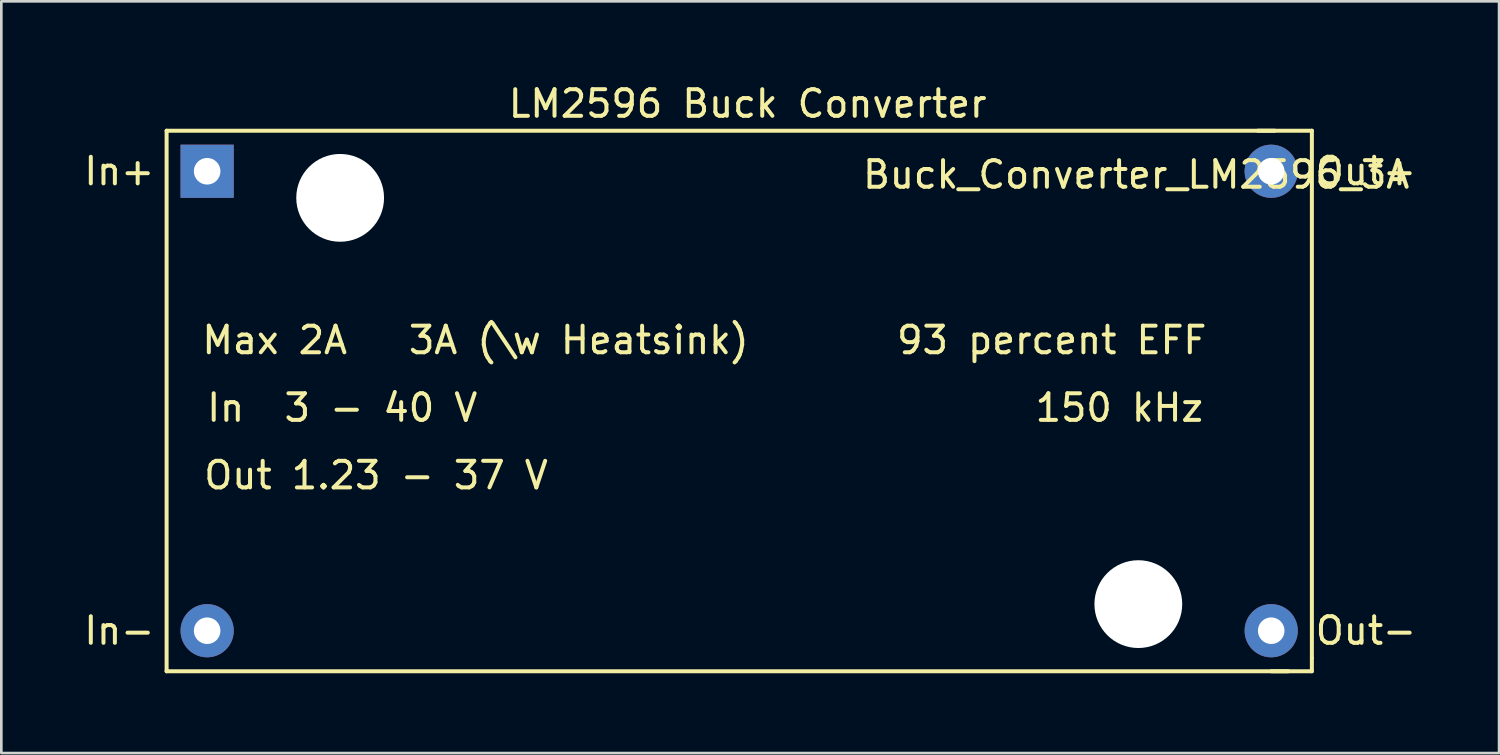
<source format=kicad_pcb>
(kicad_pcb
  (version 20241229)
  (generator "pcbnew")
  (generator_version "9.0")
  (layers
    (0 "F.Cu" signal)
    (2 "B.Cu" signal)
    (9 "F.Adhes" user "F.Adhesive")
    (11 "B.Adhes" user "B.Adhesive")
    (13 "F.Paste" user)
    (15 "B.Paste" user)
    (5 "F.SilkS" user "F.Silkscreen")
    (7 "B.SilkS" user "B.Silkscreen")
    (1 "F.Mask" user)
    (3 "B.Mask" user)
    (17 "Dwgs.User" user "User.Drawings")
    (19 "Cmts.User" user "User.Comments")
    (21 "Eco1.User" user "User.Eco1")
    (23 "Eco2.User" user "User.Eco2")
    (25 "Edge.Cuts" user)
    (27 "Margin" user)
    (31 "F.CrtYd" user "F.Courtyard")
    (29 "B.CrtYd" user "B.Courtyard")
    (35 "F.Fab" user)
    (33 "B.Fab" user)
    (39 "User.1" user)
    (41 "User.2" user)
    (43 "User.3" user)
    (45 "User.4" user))
  (footprint "Buck_Converter_LM2596_3A"
    (layer "F.Cu")
    (at 4.737 3.388)
    (property "Reference" "Buck_Converter_LM2596_3A" (at 34.925 0.127 0) (layer "F.SilkS") (effects (font (size 1 1) (thickness 0.15))))
    (attr through_hole)
    (fp_line (start -1.524 -1.524) (end 40.132 -1.524) (stroke (width 0.15) (type solid)) (layer "F.SilkS"))
    (fp_line (start -1.524 18.796) (end -1.524 -1.524) (stroke (width 0.15) (type solid)) (layer "F.SilkS"))
    (fp_line (start -1.524 18.796) (end 40.64 18.796) (stroke (width 0.15) (type solid)) (layer "F.SilkS"))
    (fp_line (start 41.529 -1.524) (end 39.497 -1.524) (stroke (width 0.15) (type solid)) (layer "F.SilkS"))
    (fp_line (start 41.529 -1.524) (end 41.529 18.288) (stroke (width 0.15) (type solid)) (layer "F.SilkS"))
    (fp_line (start 41.529 18.288) (end 41.529 18.796) (stroke (width 0.15) (type solid)) (layer "F.SilkS"))
    (fp_line (start 41.529 18.796) (end 40.005 18.796) (stroke (width 0.15) (type solid)) (layer "F.SilkS"))
    (fp_text user "LM2596 Buck Converter" (at 20.32 -2.54 0) (layer "F.SilkS") (effects (font (size 1 1) (thickness 0.15))))
    (fp_text user "150 kHz" (at 34.29 8.89 0) (layer "F.SilkS") (effects (font (size 1 1) (thickness 0.15))))
    (fp_text user "93 percent EFF" (at 31.75 6.35 0) (layer "F.SilkS") (effects (font (size 1 1) (thickness 0.15))))
    (fp_text user "Out+" (at 43.561 0 0) (layer "F.SilkS") (effects (font (size 1 1) (thickness 0.15))))
    (fp_text user "Max 2A" (at 2.54 6.35 0) (layer "F.SilkS") (effects (font (size 1 1) (thickness 0.15))))
    (fp_text user "Out-" (at 43.561 17.272 0) (layer "F.SilkS") (effects (font (size 1 1) (thickness 0.15))))
    (fp_text user "In-" (at -3.302 17.272 0) (layer "F.SilkS") (effects (font (size 1 1) (thickness 0.15))))
    (fp_text user "Out 1.23 - 37 V" (at 6.35 11.43 0) (layer "F.SilkS") (effects (font (size 1 1) (thickness 0.15))))
    (fp_text user "In  3 - 40 V" (at 5.08 8.89 0) (layer "F.SilkS") (effects (font (size 1 1) (thickness 0.15))))
    (fp_text user "In+" (at -3.302 0 0) (layer "F.SilkS") (effects (font (size 1 1) (thickness 0.15))))
    (fp_text user "3A (\\w Heatsink)" (at 13.97 6.35 0) (layer "F.SilkS") (effects (font (size 1 1) (thickness 0.15))))
    (pad "" np_thru_hole circle (at 5 1) (size 3.3 3.3) (drill 3.3) (layers "*.Cu" "*.Mask"))
    (pad "" np_thru_hole circle (at 35.005 16.272) (size 3.3 3.3) (drill 3.3) (layers "*.Cu" "*.Mask"))
    (pad "1" thru_hole rect (at 0 0) (size 2 2) (drill 1) (layers "*.Cu" "*.Mask"))
    (pad "2" thru_hole circle (at 0 17.272) (size 2 2) (drill 1) (layers "*.Cu" "*.Mask"))
    (pad "3" thru_hole circle (at 40 17.272) (size 2 2) (drill 1) (layers "*.Cu" "*.Mask"))
    (pad "4" thru_hole circle (at 40 0) (size 2 2) (drill 1) (layers "*.Cu" "*.Mask")))
  (gr_rect
    (start -3 -3)
    (end 53.303 25.259)
    (stroke (width 0.1) (type default))
    (fill no)
    (layer "Edge.Cuts")))
</source>
